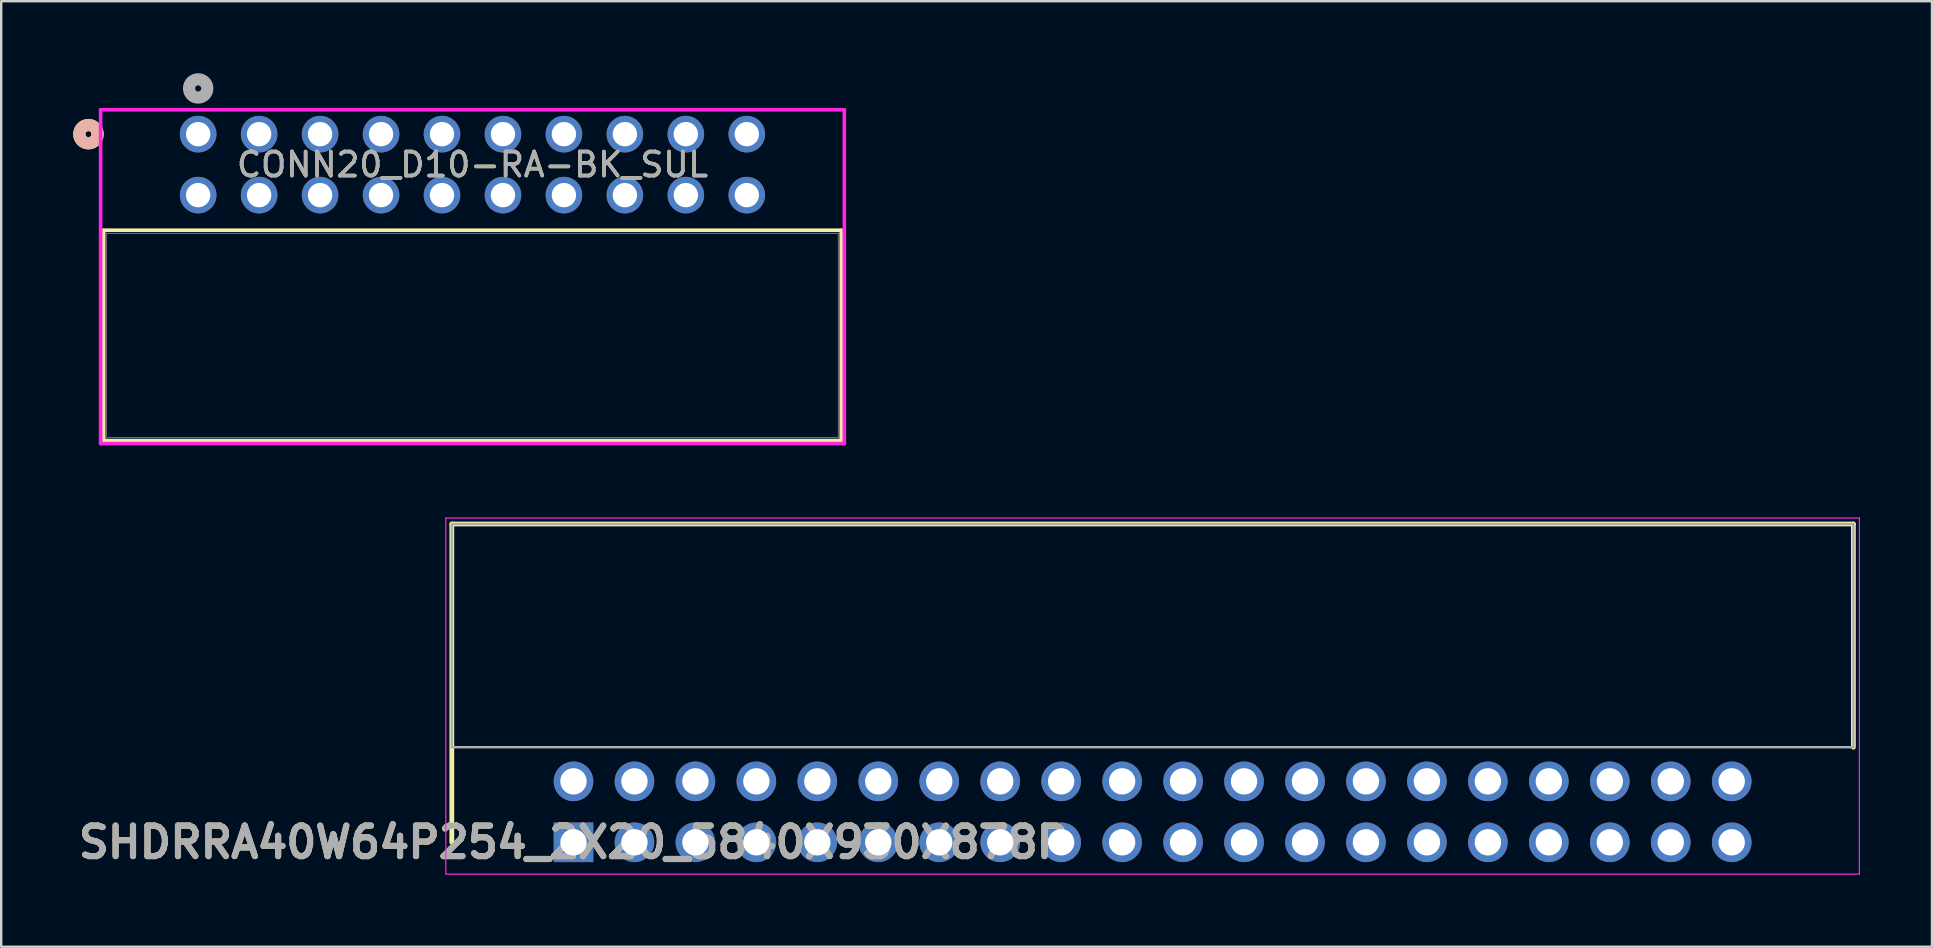
<source format=kicad_pcb>
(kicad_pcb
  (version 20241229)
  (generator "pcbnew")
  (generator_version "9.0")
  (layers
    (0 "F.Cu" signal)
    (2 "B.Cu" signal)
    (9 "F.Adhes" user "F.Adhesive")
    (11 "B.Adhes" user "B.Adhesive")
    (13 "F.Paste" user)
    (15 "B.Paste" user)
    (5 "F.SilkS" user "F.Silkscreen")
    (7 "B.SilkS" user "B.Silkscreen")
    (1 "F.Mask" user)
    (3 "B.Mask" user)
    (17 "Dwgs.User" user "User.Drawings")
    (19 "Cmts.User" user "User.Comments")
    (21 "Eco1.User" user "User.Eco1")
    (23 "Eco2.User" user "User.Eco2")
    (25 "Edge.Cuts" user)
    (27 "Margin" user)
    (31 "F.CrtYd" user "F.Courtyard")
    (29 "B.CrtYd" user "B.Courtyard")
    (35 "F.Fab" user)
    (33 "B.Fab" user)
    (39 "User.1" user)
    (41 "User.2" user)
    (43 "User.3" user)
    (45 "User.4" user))
  (footprint "SHDRRA40W64P254_2X20_5840X930X878P"
    (layer "F.Cu")
    (at 20.846 32.047)
    (property "Reference" "SHDRRA40W64P254_2X20_5840X930X878P" (at 0 0 0) (layer "F.SilkS") (effects (font (size 1.27 1.27) (thickness 0.254))))
    (attr through_hole)
    (fp_line (start -5.07 -13.262) (end 53.33 -13.262) (stroke (width 0.2) (type solid)) (layer "F.SilkS"))
    (fp_line (start -5.07 0) (end -5.07 -13.262) (stroke (width 0.2) (type solid)) (layer "F.SilkS"))
    (fp_line (start 53.33 -13.262) (end 53.33 -3.962) (stroke (width 0.2) (type solid)) (layer "F.SilkS"))
    (fp_line (start -5.32 -13.512) (end -5.32 1.325) (stroke (width 0.05) (type solid)) (layer "F.CrtYd"))
    (fp_line (start -5.32 1.325) (end 53.58 1.325) (stroke (width 0.05) (type solid)) (layer "F.CrtYd"))
    (fp_line (start 53.58 -13.512) (end -5.32 -13.512) (stroke (width 0.05) (type solid)) (layer "F.CrtYd"))
    (fp_line (start 53.58 1.325) (end 53.58 -13.512) (stroke (width 0.05) (type solid)) (layer "F.CrtYd"))
    (fp_line (start -5.07 -13.262) (end 53.33 -13.262) (stroke (width 0.1) (type solid)) (layer "F.Fab"))
    (fp_line (start -5.07 -3.962) (end -5.07 -13.262) (stroke (width 0.1) (type solid)) (layer "F.Fab"))
    (fp_line (start 53.33 -13.262) (end 53.33 -3.962) (stroke (width 0.1) (type solid)) (layer "F.Fab"))
    (fp_line (start 53.33 -3.962) (end -5.07 -3.962) (stroke (width 0.1) (type solid)) (layer "F.Fab"))
    (fp_text user "${REFERENCE}" (at 0 0 0) (layer "F.Fab") (effects (font (size 1.27 1.27) (thickness 0.254))))
    (pad "1" thru_hole rect (at 0 0) (size 1.65 1.65) (drill 1.1) (layers "*.Cu" "*.Mask"))
    (pad "2" thru_hole circle (at 0 -2.54) (size 1.65 1.65) (drill 1.1) (layers "*.Cu" "*.Mask"))
    (pad "3" thru_hole circle (at 2.54 0) (size 1.65 1.65) (drill 1.1) (layers "*.Cu" "*.Mask"))
    (pad "4" thru_hole circle (at 2.54 -2.54) (size 1.65 1.65) (drill 1.1) (layers "*.Cu" "*.Mask"))
    (pad "5" thru_hole circle (at 5.08 0) (size 1.65 1.65) (drill 1.1) (layers "*.Cu" "*.Mask"))
    (pad "6" thru_hole circle (at 5.08 -2.54) (size 1.65 1.65) (drill 1.1) (layers "*.Cu" "*.Mask"))
    (pad "7" thru_hole circle (at 7.62 0) (size 1.65 1.65) (drill 1.1) (layers "*.Cu" "*.Mask"))
    (pad "8" thru_hole circle (at 7.62 -2.54) (size 1.65 1.65) (drill 1.1) (layers "*.Cu" "*.Mask"))
    (pad "9" thru_hole circle (at 10.16 0) (size 1.65 1.65) (drill 1.1) (layers "*.Cu" "*.Mask"))
    (pad "10" thru_hole circle (at 10.16 -2.54) (size 1.65 1.65) (drill 1.1) (layers "*.Cu" "*.Mask"))
    (pad "11" thru_hole circle (at 12.7 0) (size 1.65 1.65) (drill 1.1) (layers "*.Cu" "*.Mask"))
    (pad "12" thru_hole circle (at 12.7 -2.54) (size 1.65 1.65) (drill 1.1) (layers "*.Cu" "*.Mask"))
    (pad "13" thru_hole circle (at 15.24 0) (size 1.65 1.65) (drill 1.1) (layers "*.Cu" "*.Mask"))
    (pad "14" thru_hole circle (at 15.24 -2.54) (size 1.65 1.65) (drill 1.1) (layers "*.Cu" "*.Mask"))
    (pad "15" thru_hole circle (at 17.78 0) (size 1.65 1.65) (drill 1.1) (layers "*.Cu" "*.Mask"))
    (pad "16" thru_hole circle (at 17.78 -2.54) (size 1.65 1.65) (drill 1.1) (layers "*.Cu" "*.Mask"))
    (pad "17" thru_hole circle (at 20.32 0) (size 1.65 1.65) (drill 1.1) (layers "*.Cu" "*.Mask"))
    (pad "18" thru_hole circle (at 20.32 -2.54) (size 1.65 1.65) (drill 1.1) (layers "*.Cu" "*.Mask"))
    (pad "19" thru_hole circle (at 22.86 0) (size 1.65 1.65) (drill 1.1) (layers "*.Cu" "*.Mask"))
    (pad "20" thru_hole circle (at 22.86 -2.54) (size 1.65 1.65) (drill 1.1) (layers "*.Cu" "*.Mask"))
    (pad "21" thru_hole circle (at 25.4 0) (size 1.65 1.65) (drill 1.1) (layers "*.Cu" "*.Mask"))
    (pad "22" thru_hole circle (at 25.4 -2.54) (size 1.65 1.65) (drill 1.1) (layers "*.Cu" "*.Mask"))
    (pad "23" thru_hole circle (at 27.94 0) (size 1.65 1.65) (drill 1.1) (layers "*.Cu" "*.Mask"))
    (pad "24" thru_hole circle (at 27.94 -2.54) (size 1.65 1.65) (drill 1.1) (layers "*.Cu" "*.Mask"))
    (pad "25" thru_hole circle (at 30.48 0) (size 1.65 1.65) (drill 1.1) (layers "*.Cu" "*.Mask"))
    (pad "26" thru_hole circle (at 30.48 -2.54) (size 1.65 1.65) (drill 1.1) (layers "*.Cu" "*.Mask"))
    (pad "27" thru_hole circle (at 33.02 0) (size 1.65 1.65) (drill 1.1) (layers "*.Cu" "*.Mask"))
    (pad "28" thru_hole circle (at 33.02 -2.54) (size 1.65 1.65) (drill 1.1) (layers "*.Cu" "*.Mask"))
    (pad "29" thru_hole circle (at 35.56 0) (size 1.65 1.65) (drill 1.1) (layers "*.Cu" "*.Mask"))
    (pad "30" thru_hole circle (at 35.56 -2.54) (size 1.65 1.65) (drill 1.1) (layers "*.Cu" "*.Mask"))
    (pad "31" thru_hole circle (at 38.1 0) (size 1.65 1.65) (drill 1.1) (layers "*.Cu" "*.Mask"))
    (pad "32" thru_hole circle (at 38.1 -2.54) (size 1.65 1.65) (drill 1.1) (layers "*.Cu" "*.Mask"))
    (pad "33" thru_hole circle (at 40.64 0) (size 1.65 1.65) (drill 1.1) (layers "*.Cu" "*.Mask"))
    (pad "34" thru_hole circle (at 40.64 -2.54) (size 1.65 1.65) (drill 1.1) (layers "*.Cu" "*.Mask"))
    (pad "35" thru_hole circle (at 43.18 0) (size 1.65 1.65) (drill 1.1) (layers "*.Cu" "*.Mask"))
    (pad "36" thru_hole circle (at 43.18 -2.54) (size 1.65 1.65) (drill 1.1) (layers "*.Cu" "*.Mask"))
    (pad "37" thru_hole circle (at 45.72 0) (size 1.65 1.65) (drill 1.1) (layers "*.Cu" "*.Mask"))
    (pad "38" thru_hole circle (at 45.72 -2.54) (size 1.65 1.65) (drill 1.1) (layers "*.Cu" "*.Mask"))
    (pad "39" thru_hole circle (at 48.26 0) (size 1.65 1.65) (drill 1.1) (layers "*.Cu" "*.Mask"))
    (pad "40" thru_hole circle (at 48.26 -2.54) (size 1.65 1.65) (drill 1.1) (layers "*.Cu" "*.Mask")))
  (footprint "CONN20_D10-RA-BK_SUL"
    (layer "F.Cu")
    (at 5.207 2.54)
    (property "Reference" "CONN20_D10-RA-BK_SUL" (at 11.43 1.27 0) (unlocked yes) (layer "F.SilkS") (effects (font (size 1 1) (thickness 0.15))))
    (attr through_hole)
    (fp_line (start -3.937 4.004) (end -3.937 12.767) (stroke (width 0.152) (type solid)) (layer "F.SilkS"))
    (fp_line (start -3.937 12.767) (end 26.797 12.767) (stroke (width 0.152) (type solid)) (layer "F.SilkS"))
    (fp_line (start 26.797 4.004) (end -3.937 4.004) (stroke (width 0.152) (type solid)) (layer "F.SilkS"))
    (fp_line (start 26.797 12.767) (end 26.797 4.004) (stroke (width 0.152) (type solid)) (layer "F.SilkS"))
    (fp_circle (center -4.572 0) (end -4.191 0) (stroke (width 0.508) (type solid)) (fill no) (layer "F.SilkS"))
    (fp_circle (center -4.572 0) (end -4.191 0) (stroke (width 0.508) (type solid)) (fill no) (layer "B.SilkS"))
    (fp_line (start -4.064 -1.016) (end -4.064 12.894) (stroke (width 0.152) (type solid)) (layer "F.CrtYd"))
    (fp_line (start -4.064 12.894) (end 26.924 12.894) (stroke (width 0.152) (type solid)) (layer "F.CrtYd"))
    (fp_line (start 26.924 -1.016) (end -4.064 -1.016) (stroke (width 0.152) (type solid)) (layer "F.CrtYd"))
    (fp_line (start 26.924 12.894) (end 26.924 -1.016) (stroke (width 0.152) (type solid)) (layer "F.CrtYd"))
    (fp_line (start -3.81 4.131) (end -3.81 12.64) (stroke (width 0.025) (type solid)) (layer "F.Fab"))
    (fp_line (start -3.81 12.64) (end 26.67 12.64) (stroke (width 0.025) (type solid)) (layer "F.Fab"))
    (fp_line (start 26.67 4.131) (end -3.81 4.131) (stroke (width 0.025) (type solid)) (layer "F.Fab"))
    (fp_line (start 26.67 12.64) (end 26.67 4.131) (stroke (width 0.025) (type solid)) (layer "F.Fab"))
    (fp_circle (center 0 -1.905) (end 0.381 -1.905) (stroke (width 0.508) (type solid)) (fill no) (layer "F.Fab"))
    (fp_text user "${REFERENCE}" (at 11.43 1.27 0) (unlocked yes) (layer "F.Fab") (effects (font (size 1 1) (thickness 0.15))))
    (pad "1" thru_hole circle (at 0 0) (size 1.524 1.524) (drill 1.016) (layers "*.Cu" "*.Mask"))
    (pad "2" thru_hole circle (at 0 2.54) (size 1.524 1.524) (drill 1.016) (layers "*.Cu" "*.Mask"))
    (pad "3" thru_hole circle (at 2.54 0) (size 1.524 1.524) (drill 1.016) (layers "*.Cu" "*.Mask"))
    (pad "4" thru_hole circle (at 2.54 2.54) (size 1.524 1.524) (drill 1.016) (layers "*.Cu" "*.Mask"))
    (pad "5" thru_hole circle (at 5.08 0) (size 1.524 1.524) (drill 1.016) (layers "*.Cu" "*.Mask"))
    (pad "6" thru_hole circle (at 5.08 2.54) (size 1.524 1.524) (drill 1.016) (layers "*.Cu" "*.Mask"))
    (pad "7" thru_hole circle (at 7.62 0) (size 1.524 1.524) (drill 1.016) (layers "*.Cu" "*.Mask"))
    (pad "8" thru_hole circle (at 7.62 2.54) (size 1.524 1.524) (drill 1.016) (layers "*.Cu" "*.Mask"))
    (pad "9" thru_hole circle (at 10.16 0) (size 1.524 1.524) (drill 1.016) (layers "*.Cu" "*.Mask"))
    (pad "10" thru_hole circle (at 10.16 2.54) (size 1.524 1.524) (drill 1.016) (layers "*.Cu" "*.Mask"))
    (pad "11" thru_hole circle (at 12.7 0) (size 1.524 1.524) (drill 1.016) (layers "*.Cu" "*.Mask"))
    (pad "12" thru_hole circle (at 12.7 2.54) (size 1.524 1.524) (drill 1.016) (layers "*.Cu" "*.Mask"))
    (pad "13" thru_hole circle (at 15.24 0) (size 1.524 1.524) (drill 1.016) (layers "*.Cu" "*.Mask"))
    (pad "14" thru_hole circle (at 15.24 2.54) (size 1.524 1.524) (drill 1.016) (layers "*.Cu" "*.Mask"))
    (pad "15" thru_hole circle (at 17.78 0) (size 1.524 1.524) (drill 1.016) (layers "*.Cu" "*.Mask"))
    (pad "16" thru_hole circle (at 17.78 2.54) (size 1.524 1.524) (drill 1.016) (layers "*.Cu" "*.Mask"))
    (pad "17" thru_hole circle (at 20.32 0) (size 1.524 1.524) (drill 1.016) (layers "*.Cu" "*.Mask"))
    (pad "18" thru_hole circle (at 20.32 2.54) (size 1.524 1.524) (drill 1.016) (layers "*.Cu" "*.Mask"))
    (pad "19" thru_hole circle (at 22.86 0) (size 1.524 1.524) (drill 1.016) (layers "*.Cu" "*.Mask"))
    (pad "20" thru_hole circle (at 22.86 2.54) (size 1.524 1.524) (drill 1.016) (layers "*.Cu" "*.Mask")))
  (gr_rect
    (start -3 -3)
    (end 77.451 36.397)
    (stroke (width 0.1) (type default))
    (fill no)
    (layer "Edge.Cuts")))
</source>
